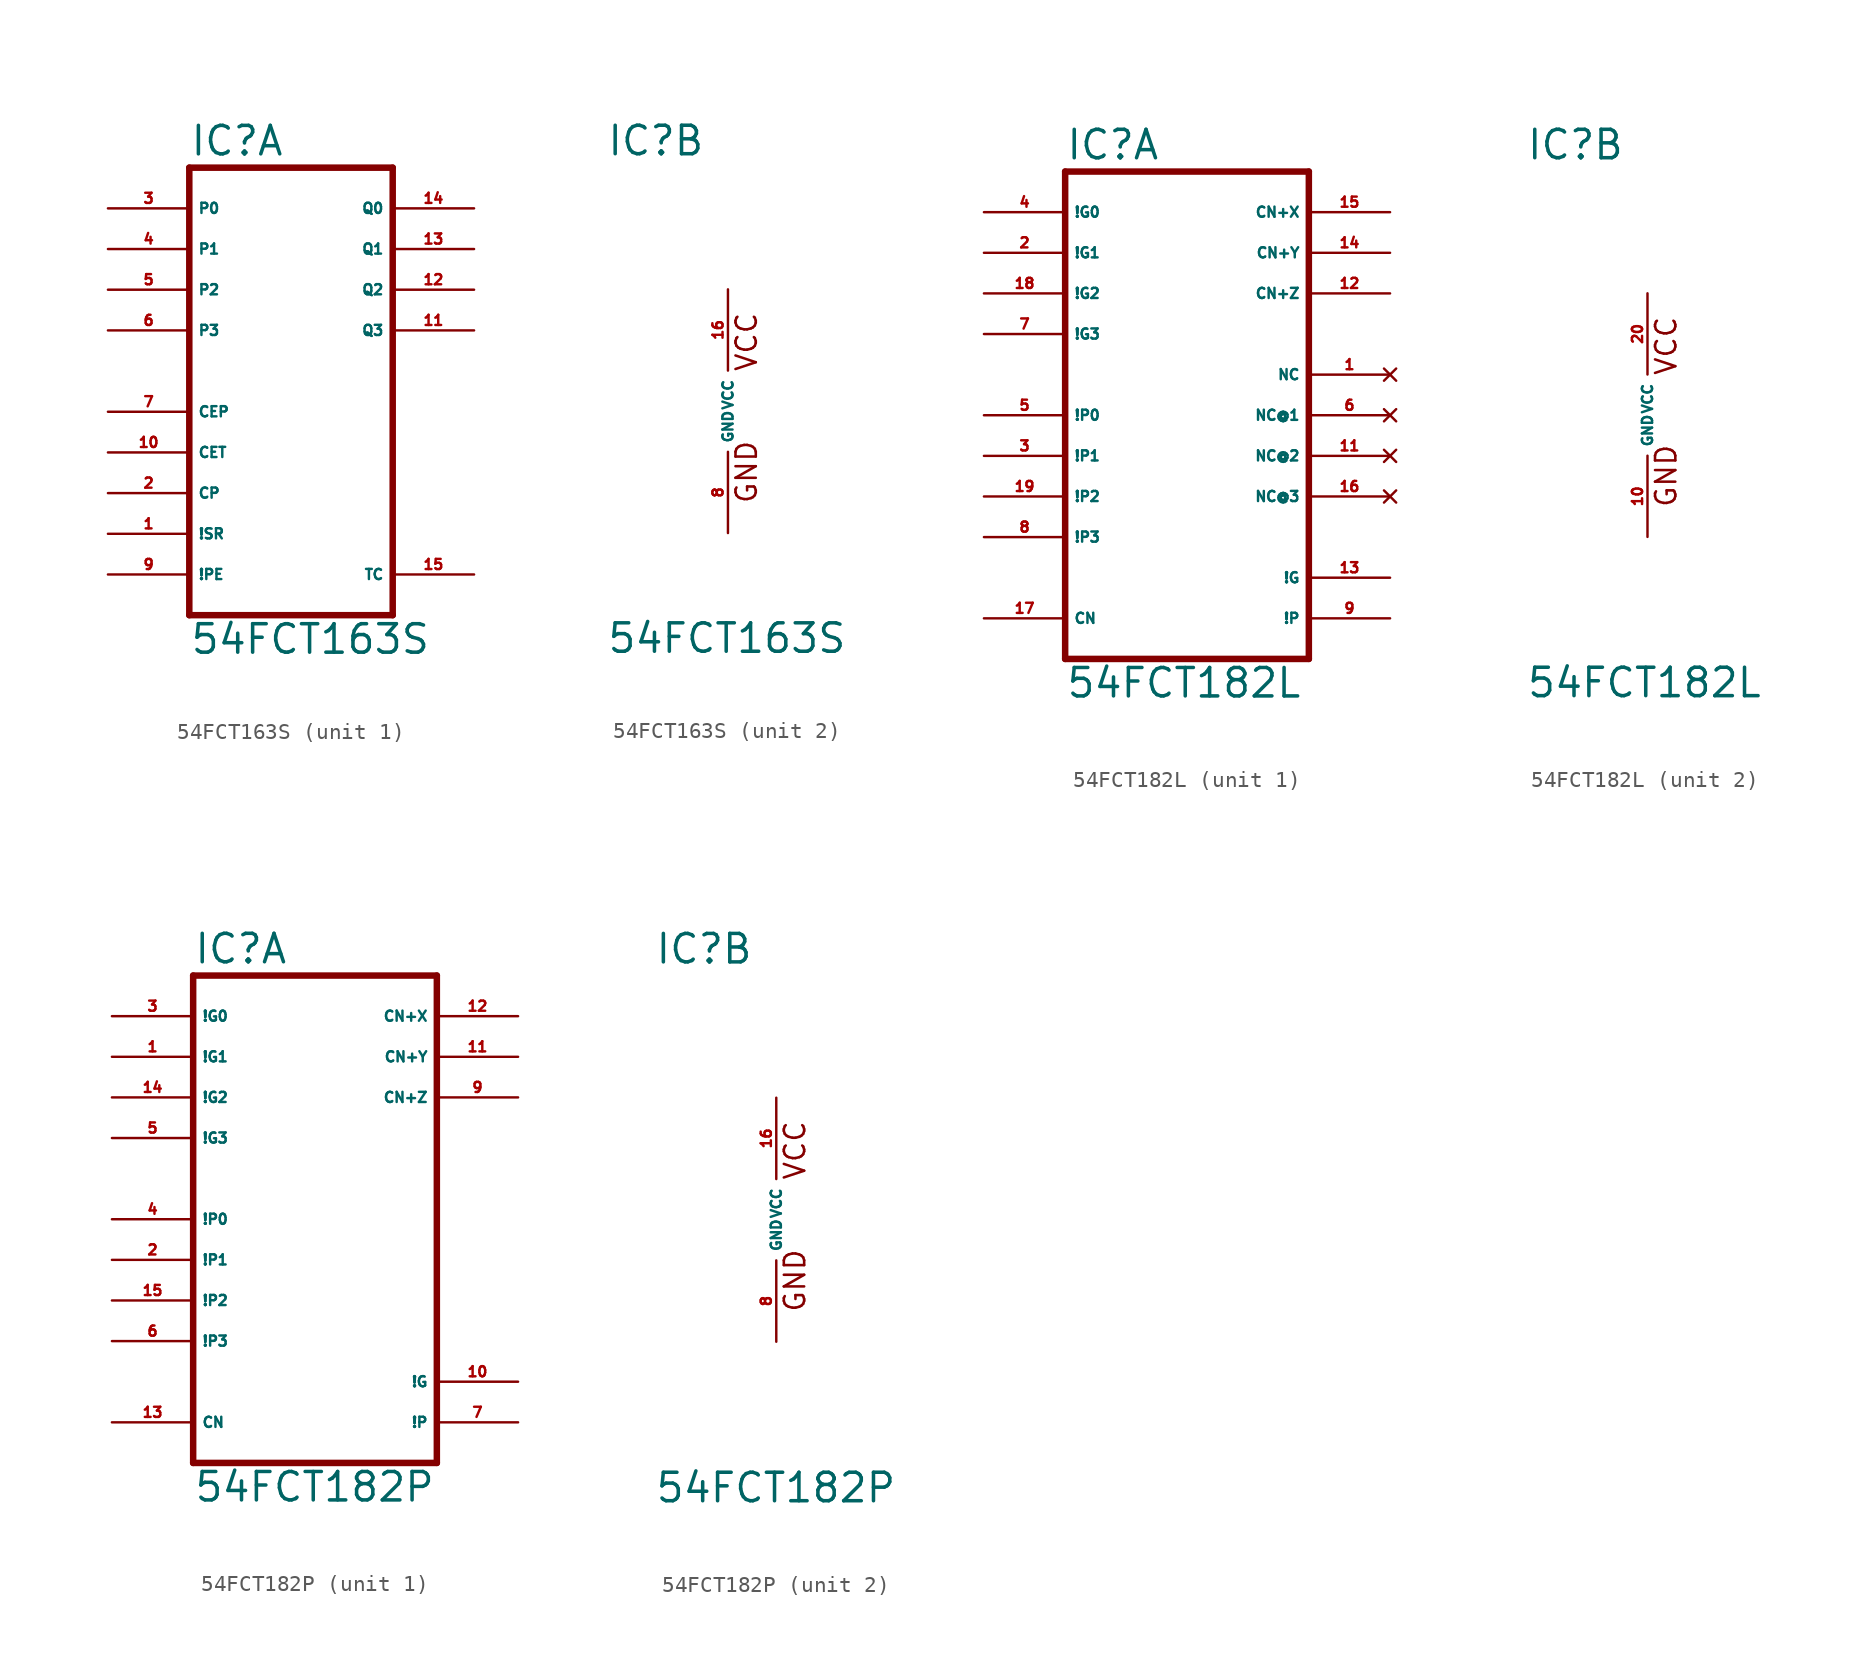
<source format=kicad_sym>
(kicad_symbol_lib
  (version 20220914)
  (generator Eagle2Kicad)
  (symbol "54FCT163S"
    (property "Reference" "IC"
      (at -7.62 15.875 0)
      (effects (font (size 1.778 1.778) (thickness 0.22)) (justify left bottom)))
    (property "Value" "54FCT163S"
      (at -7.62 -15.24 0)
      (effects (font (size 1.778 1.778) (thickness 0.22)) (justify left bottom)))
    (symbol "54FCT163S_1_0"
      (polyline (pts (xy -7.62 -12.7) (xy 5.08 -12.7)) (stroke (width 0.406) (type default)) (fill (type none)))
      (polyline (pts (xy 5.08 -12.7) (xy 5.08 15.24)) (stroke (width 0.406) (type default)) (fill (type none)))
      (polyline (pts (xy 5.08 15.24) (xy -7.62 15.24)) (stroke (width 0.406) (type default)) (fill (type none)))
      (polyline (pts (xy -7.62 15.24) (xy -7.62 -12.7)) (stroke (width 0.406) (type default)) (fill (type none)))
      (pin input line (at -12.7 12.7 0) (length 5.08) (name "P0" (effects (font (size 0.635 0.635) (thickness 0.08)) (justify left bottom))) (number "3" (effects (font (size 0.635 0.635) (thickness 0.08)) (justify left bottom))))
      (pin input line (at -12.7 10.16 0) (length 5.08) (name "P1" (effects (font (size 0.635 0.635) (thickness 0.08)) (justify left bottom))) (number "4" (effects (font (size 0.635 0.635) (thickness 0.08)) (justify left bottom))))
      (pin input line (at -12.7 7.62 0) (length 5.08) (name "P2" (effects (font (size 0.635 0.635) (thickness 0.08)) (justify left bottom))) (number "5" (effects (font (size 0.635 0.635) (thickness 0.08)) (justify left bottom))))
      (pin input line (at -12.7 5.08 0) (length 5.08) (name "P3" (effects (font (size 0.635 0.635) (thickness 0.08)) (justify left bottom))) (number "6" (effects (font (size 0.635 0.635) (thickness 0.08)) (justify left bottom))))
      (pin input line (at -12.7 0 0) (length 5.08) (name "CEP" (effects (font (size 0.635 0.635) (thickness 0.08)) (justify left bottom))) (number "7" (effects (font (size 0.635 0.635) (thickness 0.08)) (justify left bottom))))
      (pin input line (at -12.7 -2.54 0) (length 5.08) (name "CET" (effects (font (size 0.635 0.635) (thickness 0.08)) (justify left bottom))) (number "10" (effects (font (size 0.635 0.635) (thickness 0.08)) (justify left bottom))))
      (pin input line (at -12.7 -5.08 0) (length 5.08) (name "CP" (effects (font (size 0.635 0.635) (thickness 0.08)) (justify left bottom))) (number "2" (effects (font (size 0.635 0.635) (thickness 0.08)) (justify left bottom))))
      (pin input line (at -12.7 -7.62 0) (length 5.08) (name "!SR" (effects (font (size 0.635 0.635) (thickness 0.08)) (justify left bottom))) (number "1" (effects (font (size 0.635 0.635) (thickness 0.08)) (justify left bottom))))
      (pin input line (at -12.7 -10.16 0) (length 5.08) (name "!PE" (effects (font (size 0.635 0.635) (thickness 0.08)) (justify left bottom))) (number "9" (effects (font (size 0.635 0.635) (thickness 0.08)) (justify left bottom))))
      (pin output line (at 10.16 12.7 180) (length 5.08) (name "Q0" (effects (font (size 0.635 0.635) (thickness 0.08)) (justify left bottom))) (number "14" (effects (font (size 0.635 0.635) (thickness 0.08)) (justify left bottom))))
      (pin output line (at 10.16 10.16 180) (length 5.08) (name "Q1" (effects (font (size 0.635 0.635) (thickness 0.08)) (justify left bottom))) (number "13" (effects (font (size 0.635 0.635) (thickness 0.08)) (justify left bottom))))
      (pin output line (at 10.16 7.62 180) (length 5.08) (name "Q2" (effects (font (size 0.635 0.635) (thickness 0.08)) (justify left bottom))) (number "12" (effects (font (size 0.635 0.635) (thickness 0.08)) (justify left bottom))))
      (pin output line (at 10.16 5.08 180) (length 5.08) (name "Q3" (effects (font (size 0.635 0.635) (thickness 0.08)) (justify left bottom))) (number "11" (effects (font (size 0.635 0.635) (thickness 0.08)) (justify left bottom))))
      (pin output line (at 10.16 -10.16 180) (length 5.08) (name "TC" (effects (font (size 0.635 0.635) (thickness 0.08)) (justify left bottom))) (number "15" (effects (font (size 0.635 0.635) (thickness 0.08)) (justify left bottom)))))
    (symbol "54FCT163S_2_0"
      (text "GND" (at 1.905 -5.842 900) (effects (font (size 1.27 1.27) (thickness 0.16)) (justify left bottom)))
      (text "VCC" (at 1.905 2.413 900) (effects (font (size 1.27 1.27) (thickness 0.16)) (justify left bottom)))
      (pin unspecified line (at 0 7.62 270) (length 5.08) (name "VCC" (effects (font (size 0.635 0.635) (thickness 0.08)) (justify left bottom))) (number "16" (effects (font (size 0.635 0.635) (thickness 0.08)) (justify left bottom))))
      (pin unspecified line (at 0 -7.62 90) (length 5.08) (name "GND" (effects (font (size 0.635 0.635) (thickness 0.08)) (justify left bottom))) (number "8" (effects (font (size 0.635 0.635) (thickness 0.08)) (justify left bottom))))))
  (symbol "54FCT182L"
    (property "Reference" "IC"
      (at -7.62 15.875 0)
      (effects (font (size 1.778 1.778) (thickness 0.22)) (justify left bottom)))
    (property "Value" "54FCT182L"
      (at -7.62 -17.78 0)
      (effects (font (size 1.778 1.778) (thickness 0.22)) (justify left bottom)))
    (symbol "54FCT182L_1_0"
      (polyline (pts (xy -7.62 -15.24) (xy 7.62 -15.24)) (stroke (width 0.406) (type default)) (fill (type none)))
      (polyline (pts (xy 7.62 -15.24) (xy 7.62 15.24)) (stroke (width 0.406) (type default)) (fill (type none)))
      (polyline (pts (xy 7.62 15.24) (xy -7.62 15.24)) (stroke (width 0.406) (type default)) (fill (type none)))
      (polyline (pts (xy -7.62 15.24) (xy -7.62 -15.24)) (stroke (width 0.406) (type default)) (fill (type none)))
      (pin input line (at -12.7 12.7 0) (length 5.08) (name "!G0" (effects (font (size 0.635 0.635) (thickness 0.08)) (justify left bottom))) (number "4" (effects (font (size 0.635 0.635) (thickness 0.08)) (justify left bottom))))
      (pin input line (at -12.7 10.16 0) (length 5.08) (name "!G1" (effects (font (size 0.635 0.635) (thickness 0.08)) (justify left bottom))) (number "2" (effects (font (size 0.635 0.635) (thickness 0.08)) (justify left bottom))))
      (pin input line (at -12.7 7.62 0) (length 5.08) (name "!G2" (effects (font (size 0.635 0.635) (thickness 0.08)) (justify left bottom))) (number "18" (effects (font (size 0.635 0.635) (thickness 0.08)) (justify left bottom))))
      (pin input line (at -12.7 5.08 0) (length 5.08) (name "!G3" (effects (font (size 0.635 0.635) (thickness 0.08)) (justify left bottom))) (number "7" (effects (font (size 0.635 0.635) (thickness 0.08)) (justify left bottom))))
      (pin input line (at -12.7 0 0) (length 5.08) (name "!P0" (effects (font (size 0.635 0.635) (thickness 0.08)) (justify left bottom))) (number "5" (effects (font (size 0.635 0.635) (thickness 0.08)) (justify left bottom))))
      (pin input line (at -12.7 -2.54 0) (length 5.08) (name "!P1" (effects (font (size 0.635 0.635) (thickness 0.08)) (justify left bottom))) (number "3" (effects (font (size 0.635 0.635) (thickness 0.08)) (justify left bottom))))
      (pin input line (at -12.7 -5.08 0) (length 5.08) (name "!P2" (effects (font (size 0.635 0.635) (thickness 0.08)) (justify left bottom))) (number "19" (effects (font (size 0.635 0.635) (thickness 0.08)) (justify left bottom))))
      (pin input line (at -12.7 -7.62 0) (length 5.08) (name "!P3" (effects (font (size 0.635 0.635) (thickness 0.08)) (justify left bottom))) (number "8" (effects (font (size 0.635 0.635) (thickness 0.08)) (justify left bottom))))
      (pin input line (at -12.7 -12.7 0) (length 5.08) (name "CN" (effects (font (size 0.635 0.635) (thickness 0.08)) (justify left bottom))) (number "17" (effects (font (size 0.635 0.635) (thickness 0.08)) (justify left bottom))))
      (pin output line (at 12.7 12.7 180) (length 5.08) (name "CN+X" (effects (font (size 0.635 0.635) (thickness 0.08)) (justify left bottom))) (number "15" (effects (font (size 0.635 0.635) (thickness 0.08)) (justify left bottom))))
      (pin output line (at 12.7 10.16 180) (length 5.08) (name "CN+Y" (effects (font (size 0.635 0.635) (thickness 0.08)) (justify left bottom))) (number "14" (effects (font (size 0.635 0.635) (thickness 0.08)) (justify left bottom))))
      (pin output line (at 12.7 7.62 180) (length 5.08) (name "CN+Z" (effects (font (size 0.635 0.635) (thickness 0.08)) (justify left bottom))) (number "12" (effects (font (size 0.635 0.635) (thickness 0.08)) (justify left bottom))))
      (pin output line (at 12.7 -10.16 180) (length 5.08) (name "!G" (effects (font (size 0.635 0.635) (thickness 0.08)) (justify left bottom))) (number "13" (effects (font (size 0.635 0.635) (thickness 0.08)) (justify left bottom))))
      (pin output line (at 12.7 -12.7 180) (length 5.08) (name "!P" (effects (font (size 0.635 0.635) (thickness 0.08)) (justify left bottom))) (number "9" (effects (font (size 0.635 0.635) (thickness 0.08)) (justify left bottom))))
      (pin no_connect line (at 12.7 2.54 180) (length 5.08) (name "NC" (effects (font (size 0.635 0.635) (thickness 0.08)) (justify left bottom) hide)) (number "1" (effects (font (size 0.635 0.635) (thickness 0.08)) (justify left bottom) hide)))
      (pin no_connect line (at 12.7 0 180) (length 5.08) (name "NC@1" (effects (font (size 0.635 0.635) (thickness 0.08)) (justify left bottom) hide)) (number "6" (effects (font (size 0.635 0.635) (thickness 0.08)) (justify left bottom) hide)))
      (pin no_connect line (at 12.7 -2.54 180) (length 5.08) (name "NC@2" (effects (font (size 0.635 0.635) (thickness 0.08)) (justify left bottom) hide)) (number "11" (effects (font (size 0.635 0.635) (thickness 0.08)) (justify left bottom) hide)))
      (pin no_connect line (at 12.7 -5.08 180) (length 5.08) (name "NC@3" (effects (font (size 0.635 0.635) (thickness 0.08)) (justify left bottom) hide)) (number "16" (effects (font (size 0.635 0.635) (thickness 0.08)) (justify left bottom) hide))))
    (symbol "54FCT182L_2_0"
      (text "GND" (at 1.905 -5.842 900) (effects (font (size 1.27 1.27) (thickness 0.16)) (justify left bottom)))
      (text "VCC" (at 1.905 2.413 900) (effects (font (size 1.27 1.27) (thickness 0.16)) (justify left bottom)))
      (pin unspecified line (at 0 7.62 270) (length 5.08) (name "VCC" (effects (font (size 0.635 0.635) (thickness 0.08)) (justify left bottom))) (number "20" (effects (font (size 0.635 0.635) (thickness 0.08)) (justify left bottom))))
      (pin unspecified line (at 0 -7.62 90) (length 5.08) (name "GND" (effects (font (size 0.635 0.635) (thickness 0.08)) (justify left bottom))) (number "10" (effects (font (size 0.635 0.635) (thickness 0.08)) (justify left bottom))))))
  (symbol "54FCT182P"
    (property "Reference" "IC"
      (at -7.62 15.875 0)
      (effects (font (size 1.778 1.778) (thickness 0.22)) (justify left bottom)))
    (property "Value" "54FCT182P"
      (at -7.62 -17.78 0)
      (effects (font (size 1.778 1.778) (thickness 0.22)) (justify left bottom)))
    (symbol "54FCT182P_1_0"
      (polyline (pts (xy -7.62 -15.24) (xy 7.62 -15.24)) (stroke (width 0.406) (type default)) (fill (type none)))
      (polyline (pts (xy 7.62 -15.24) (xy 7.62 15.24)) (stroke (width 0.406) (type default)) (fill (type none)))
      (polyline (pts (xy 7.62 15.24) (xy -7.62 15.24)) (stroke (width 0.406) (type default)) (fill (type none)))
      (polyline (pts (xy -7.62 15.24) (xy -7.62 -15.24)) (stroke (width 0.406) (type default)) (fill (type none)))
      (pin input line (at -12.7 12.7 0) (length 5.08) (name "!G0" (effects (font (size 0.635 0.635) (thickness 0.08)) (justify left bottom))) (number "3" (effects (font (size 0.635 0.635) (thickness 0.08)) (justify left bottom))))
      (pin input line (at -12.7 10.16 0) (length 5.08) (name "!G1" (effects (font (size 0.635 0.635) (thickness 0.08)) (justify left bottom))) (number "1" (effects (font (size 0.635 0.635) (thickness 0.08)) (justify left bottom))))
      (pin input line (at -12.7 7.62 0) (length 5.08) (name "!G2" (effects (font (size 0.635 0.635) (thickness 0.08)) (justify left bottom))) (number "14" (effects (font (size 0.635 0.635) (thickness 0.08)) (justify left bottom))))
      (pin input line (at -12.7 5.08 0) (length 5.08) (name "!G3" (effects (font (size 0.635 0.635) (thickness 0.08)) (justify left bottom))) (number "5" (effects (font (size 0.635 0.635) (thickness 0.08)) (justify left bottom))))
      (pin input line (at -12.7 0 0) (length 5.08) (name "!P0" (effects (font (size 0.635 0.635) (thickness 0.08)) (justify left bottom))) (number "4" (effects (font (size 0.635 0.635) (thickness 0.08)) (justify left bottom))))
      (pin input line (at -12.7 -2.54 0) (length 5.08) (name "!P1" (effects (font (size 0.635 0.635) (thickness 0.08)) (justify left bottom))) (number "2" (effects (font (size 0.635 0.635) (thickness 0.08)) (justify left bottom))))
      (pin input line (at -12.7 -5.08 0) (length 5.08) (name "!P2" (effects (font (size 0.635 0.635) (thickness 0.08)) (justify left bottom))) (number "15" (effects (font (size 0.635 0.635) (thickness 0.08)) (justify left bottom))))
      (pin input line (at -12.7 -7.62 0) (length 5.08) (name "!P3" (effects (font (size 0.635 0.635) (thickness 0.08)) (justify left bottom))) (number "6" (effects (font (size 0.635 0.635) (thickness 0.08)) (justify left bottom))))
      (pin input line (at -12.7 -12.7 0) (length 5.08) (name "CN" (effects (font (size 0.635 0.635) (thickness 0.08)) (justify left bottom))) (number "13" (effects (font (size 0.635 0.635) (thickness 0.08)) (justify left bottom))))
      (pin output line (at 12.7 12.7 180) (length 5.08) (name "CN+X" (effects (font (size 0.635 0.635) (thickness 0.08)) (justify left bottom))) (number "12" (effects (font (size 0.635 0.635) (thickness 0.08)) (justify left bottom))))
      (pin output line (at 12.7 10.16 180) (length 5.08) (name "CN+Y" (effects (font (size 0.635 0.635) (thickness 0.08)) (justify left bottom))) (number "11" (effects (font (size 0.635 0.635) (thickness 0.08)) (justify left bottom))))
      (pin output line (at 12.7 7.62 180) (length 5.08) (name "CN+Z" (effects (font (size 0.635 0.635) (thickness 0.08)) (justify left bottom))) (number "9" (effects (font (size 0.635 0.635) (thickness 0.08)) (justify left bottom))))
      (pin output line (at 12.7 -10.16 180) (length 5.08) (name "!G" (effects (font (size 0.635 0.635) (thickness 0.08)) (justify left bottom))) (number "10" (effects (font (size 0.635 0.635) (thickness 0.08)) (justify left bottom))))
      (pin output line (at 12.7 -12.7 180) (length 5.08) (name "!P" (effects (font (size 0.635 0.635) (thickness 0.08)) (justify left bottom))) (number "7" (effects (font (size 0.635 0.635) (thickness 0.08)) (justify left bottom)))))
    (symbol "54FCT182P_2_0"
      (text "GND" (at 1.905 -5.842 900) (effects (font (size 1.27 1.27) (thickness 0.16)) (justify left bottom)))
      (text "VCC" (at 1.905 2.413 900) (effects (font (size 1.27 1.27) (thickness 0.16)) (justify left bottom)))
      (pin unspecified line (at 0 7.62 270) (length 5.08) (name "VCC" (effects (font (size 0.635 0.635) (thickness 0.08)) (justify left bottom))) (number "16" (effects (font (size 0.635 0.635) (thickness 0.08)) (justify left bottom))))
      (pin unspecified line (at 0 -7.62 90) (length 5.08) (name "GND" (effects (font (size 0.635 0.635) (thickness 0.08)) (justify left bottom))) (number "8" (effects (font (size 0.635 0.635) (thickness 0.08)) (justify left bottom)))))))
</source>
